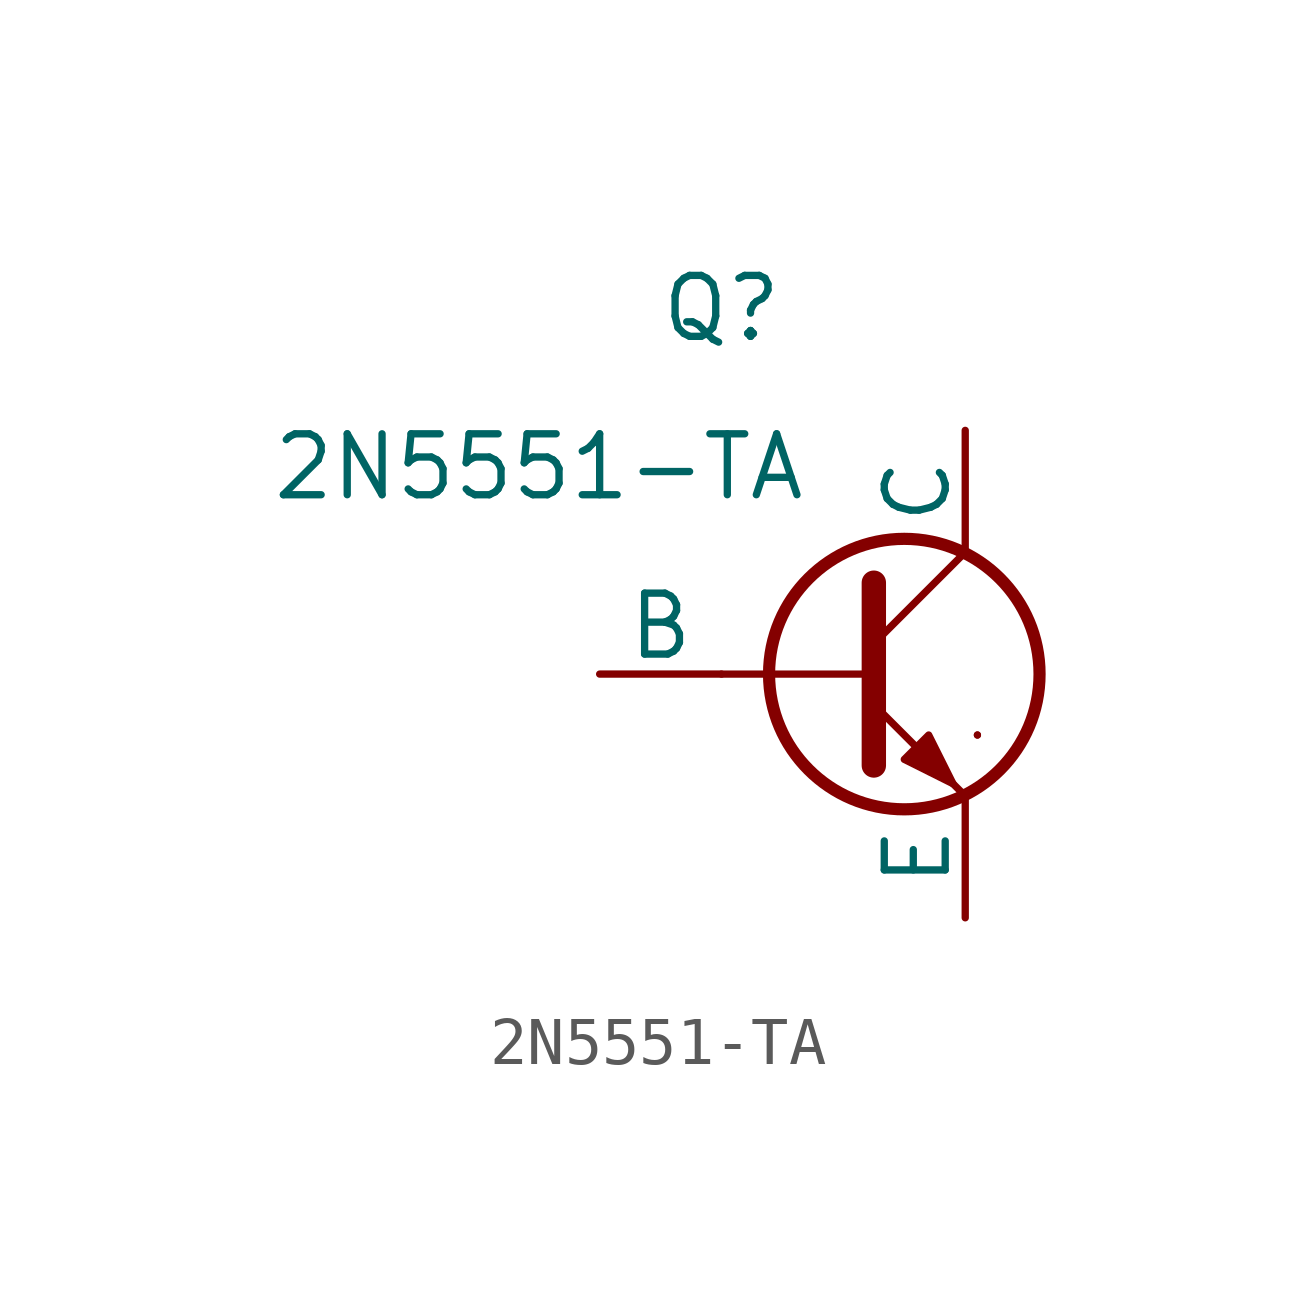
<source format=kicad_sym>
(kicad_symbol_lib
  (version 20231120)
  (generator "kicad_symbol_editor")
  (generator_version "8.0")
  (symbol "2N5551-TA"
    (pin_numbers hide)
    (pin_names
      (offset 0))
    (property "Reference" "Q"
      (at -2.54 7.62 0)
      (effects (font (size 1.27 1.27))))
    (property "Value" "2N5551-TA"
      (at -6.35 4.318 0)
      (effects (font (size 1.27 1.27))))
    (symbol "2N5551-TA_0_1"
      (polyline (pts (xy -2.54 0) (xy 0.635 0)) (stroke (width 0.152) (type default)) (fill (type none)))
      (polyline (pts (xy 0.635 0.635) (xy 2.54 2.54)) (stroke (width 0) (type default)) (fill (type none)))
      (polyline (pts (xy 2.794 -1.27) (xy 2.794 -1.27)) (stroke (width 0.152) (type default)) (fill (type none)))
      (polyline (pts (xy 2.794 -1.27) (xy 2.794 -1.27)) (stroke (width 0.152) (type default)) (fill (type none)))
      (polyline (pts (xy 0.635 -0.635) (xy 2.54 -2.54) (xy 2.54 -2.54)) (stroke (width 0) (type default)) (fill (type none)))
      (polyline (pts (xy 0.635 1.905) (xy 0.635 -1.905) (xy 0.635 -1.905)) (stroke (width 0.508) (type default)) (fill (type none)))
      (polyline (pts (xy 1.27 -1.778) (xy 1.778 -1.27) (xy 2.286 -2.286) (xy 1.27 -1.778) (xy 1.27 -1.778)) (stroke (width 0) (type default)) (fill (type outline)))
      (circle (center 1.27 0) (radius 2.819) (stroke (width 0.254) (type default)) (fill (type none))))
    (symbol "2N5551-TA_1_1"
      (pin open_collector line (at 2.54 5.08 270) (length 2.54) (name "C" (effects (font (size 1.27 1.27)))) (number "1" (effects (font (size 1.27 1.27)))))
      (pin input line (at -5.08 0 0) (length 2.54) (name "B" (effects (font (size 1.27 1.27)))) (number "2" (effects (font (size 1.27 1.27)))))
      (pin open_emitter line (at 2.54 -5.08 90) (length 2.54) (name "E" (effects (font (size 1.27 1.27)))) (number "3" (effects (font (size 1.27 1.27))))))))
</source>
